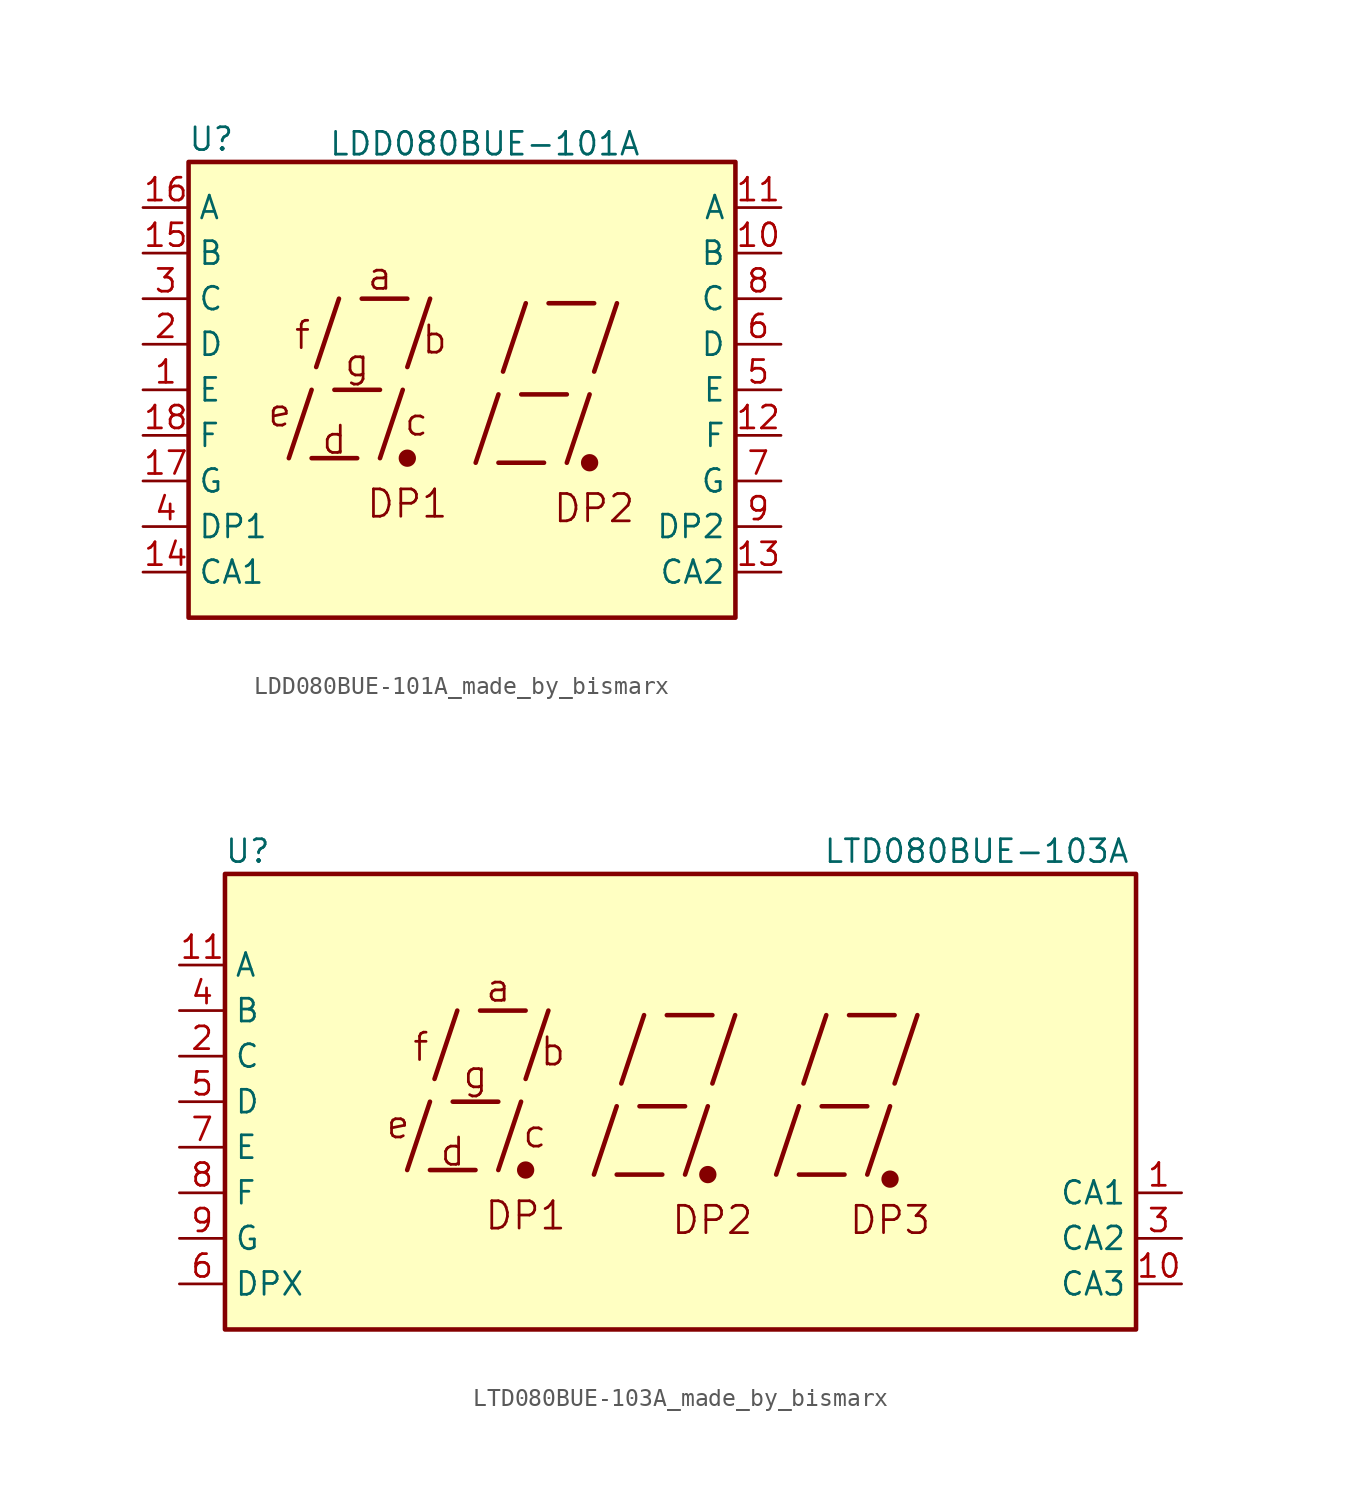
<source format=kicad_sym>
(kicad_symbol_lib
  (version 20231120)
  (generator "kicad_symbol_editor")
  (generator_version "8.0")
  (symbol "LDD080BUE-101A_made_by_bismarx"
    (property "Reference" "U"
      (at -13.97 13.97 0)
      (effects (font (size 1.27 1.27))))
    (property "Value" "LDD080BUE-101A"
      (at 1.27 13.716 0)
      (effects (font (size 1.27 1.27))))
    (symbol "LDD080BUE-101A_made_by_bismarx_0_0"
      (rectangle (start -15.24 12.7) (end 15.24 -12.7) (stroke (width 0.254) (type default)) (fill (type background)))
      (polyline (pts (xy -9.652 -3.81) (xy -8.382 0)) (stroke (width 0.254) (type default)) (fill (type none)))
      (polyline (pts (xy -8.382 -3.81) (xy -5.842 -3.81)) (stroke (width 0.254) (type default)) (fill (type none)))
      (polyline (pts (xy -8.128 1.27) (xy -6.858 5.08)) (stroke (width 0.254) (type default)) (fill (type none)))
      (polyline (pts (xy -7.112 0) (xy -4.572 0)) (stroke (width 0.254) (type default)) (fill (type none)))
      (polyline (pts (xy -5.588 5.08) (xy -3.048 5.08)) (stroke (width 0.254) (type default)) (fill (type none)))
      (polyline (pts (xy -4.572 -3.81) (xy -3.302 0)) (stroke (width 0.254) (type default)) (fill (type none)))
      (polyline (pts (xy -3.048 1.27) (xy -1.778 5.08)) (stroke (width 0.254) (type default)) (fill (type none)))
      (polyline (pts (xy 0.762 -4.064) (xy 2.032 -0.254)) (stroke (width 0.254) (type default)) (fill (type none)))
      (polyline (pts (xy 2.032 -4.064) (xy 4.572 -4.064)) (stroke (width 0.254) (type default)) (fill (type none)))
      (polyline (pts (xy 2.286 1.016) (xy 3.556 4.826)) (stroke (width 0.254) (type default)) (fill (type none)))
      (polyline (pts (xy 3.302 -0.254) (xy 5.842 -0.254)) (stroke (width 0.254) (type default)) (fill (type none)))
      (polyline (pts (xy 4.826 4.826) (xy 7.366 4.826)) (stroke (width 0.254) (type default)) (fill (type none)))
      (polyline (pts (xy 5.842 -4.064) (xy 7.112 -0.254)) (stroke (width 0.254) (type default)) (fill (type none)))
      (polyline (pts (xy 7.366 1.016) (xy 8.636 4.826)) (stroke (width 0.254) (type default)) (fill (type none)))
      (text "a" (at -4.572 6.35 0) (effects (font (size 1.524 1.524))))
      (text "b" (at -1.524 2.794 0) (effects (font (size 1.524 1.524))))
      (text "c" (at -2.54 -1.778 0) (effects (font (size 1.524 1.524))))
      (text "d" (at -7.112 -2.794 0) (effects (font (size 1.524 1.524))))
      (text "DP1" (at -3.048 -6.35 0) (effects (font (size 1.524 1.524))))
      (text "DP2" (at 7.366 -6.604 0) (effects (font (size 1.524 1.524))))
      (text "e" (at -10.16 -1.27 0) (effects (font (size 1.524 1.524))))
      (text "f" (at -8.89 3.048 0) (effects (font (size 1.524 1.524))))
      (text "g" (at -5.842 1.524 0) (effects (font (size 1.524 1.524)))))
    (symbol "LDD080BUE-101A_made_by_bismarx_0_1"
      (circle (center -3.048 -3.81) (radius 0.356) (stroke (width 0.254) (type default)) (fill (type outline)))
      (circle (center 7.112 -4.064) (radius 0.356) (stroke (width 0.254) (type default)) (fill (type outline))))
    (symbol "LDD080BUE-101A_made_by_bismarx_1_1"
      (pin input line (at -17.78 0 0) (length 2.54) (name "E" (effects (font (size 1.27 1.27)))) (number "1" (effects (font (size 1.27 1.27)))))
      (pin input line (at 17.78 7.62 180) (length 2.54) (name "B" (effects (font (size 1.27 1.27)))) (number "10" (effects (font (size 1.27 1.27)))))
      (pin input line (at 17.78 10.16 180) (length 2.54) (name "A" (effects (font (size 1.27 1.27)))) (number "11" (effects (font (size 1.27 1.27)))))
      (pin input line (at 17.78 -2.54 180) (length 2.54) (name "F" (effects (font (size 1.27 1.27)))) (number "12" (effects (font (size 1.27 1.27)))))
      (pin input line (at 17.78 -10.16 180) (length 2.54) (name "CA2" (effects (font (size 1.27 1.27)))) (number "13" (effects (font (size 1.27 1.27)))))
      (pin input line (at -17.78 -10.16 0) (length 2.54) (name "CA1" (effects (font (size 1.27 1.27)))) (number "14" (effects (font (size 1.27 1.27)))))
      (pin input line (at -17.78 7.62 0) (length 2.54) (name "B" (effects (font (size 1.27 1.27)))) (number "15" (effects (font (size 1.27 1.27)))))
      (pin input line (at -17.78 10.16 0) (length 2.54) (name "A" (effects (font (size 1.27 1.27)))) (number "16" (effects (font (size 1.27 1.27)))))
      (pin input line (at -17.78 -5.08 0) (length 2.54) (name "G" (effects (font (size 1.27 1.27)))) (number "17" (effects (font (size 1.27 1.27)))))
      (pin input line (at -17.78 -2.54 0) (length 2.54) (name "F" (effects (font (size 1.27 1.27)))) (number "18" (effects (font (size 1.27 1.27)))))
      (pin input line (at -17.78 2.54 0) (length 2.54) (name "D" (effects (font (size 1.27 1.27)))) (number "2" (effects (font (size 1.27 1.27)))))
      (pin input line (at -17.78 5.08 0) (length 2.54) (name "C" (effects (font (size 1.27 1.27)))) (number "3" (effects (font (size 1.27 1.27)))))
      (pin input line (at -17.78 -7.62 0) (length 2.54) (name "DP1" (effects (font (size 1.27 1.27)))) (number "4" (effects (font (size 1.27 1.27)))))
      (pin input line (at 17.78 0 180) (length 2.54) (name "E" (effects (font (size 1.27 1.27)))) (number "5" (effects (font (size 1.27 1.27)))))
      (pin input line (at 17.78 2.54 180) (length 2.54) (name "D" (effects (font (size 1.27 1.27)))) (number "6" (effects (font (size 1.27 1.27)))))
      (pin input line (at 17.78 -5.08 180) (length 2.54) (name "G" (effects (font (size 1.27 1.27)))) (number "7" (effects (font (size 1.27 1.27)))))
      (pin input line (at 17.78 5.08 180) (length 2.54) (name "C" (effects (font (size 1.27 1.27)))) (number "8" (effects (font (size 1.27 1.27)))))
      (pin input line (at 17.78 -7.62 180) (length 2.54) (name "DP2" (effects (font (size 1.27 1.27)))) (number "9" (effects (font (size 1.27 1.27)))))))
  (symbol "LTD080BUE-103A_made_by_bismarx"
    (property "Reference" "U"
      (at -24.13 13.97 0)
      (effects (font (size 1.27 1.27))))
    (property "Value" "LTD080BUE-103A"
      (at 16.51 13.97 0)
      (effects (font (size 1.27 1.27))))
    (symbol "LTD080BUE-103A_made_by_bismarx_0_0"
      (rectangle (start -25.4 12.7) (end 25.4 -12.7) (stroke (width 0.254) (type default)) (fill (type background)))
      (polyline (pts (xy -15.24 -3.81) (xy -13.97 0)) (stroke (width 0.254) (type default)) (fill (type none)))
      (polyline (pts (xy -13.97 -3.81) (xy -11.43 -3.81)) (stroke (width 0.254) (type default)) (fill (type none)))
      (polyline (pts (xy -13.716 1.27) (xy -12.446 5.08)) (stroke (width 0.254) (type default)) (fill (type none)))
      (polyline (pts (xy -12.7 0) (xy -10.16 0)) (stroke (width 0.254) (type default)) (fill (type none)))
      (polyline (pts (xy -11.176 5.08) (xy -8.636 5.08)) (stroke (width 0.254) (type default)) (fill (type none)))
      (polyline (pts (xy -10.16 -3.81) (xy -8.89 0)) (stroke (width 0.254) (type default)) (fill (type none)))
      (polyline (pts (xy -8.636 1.27) (xy -7.366 5.08)) (stroke (width 0.254) (type default)) (fill (type none)))
      (polyline (pts (xy -4.826 -4.064) (xy -3.556 -0.254)) (stroke (width 0.254) (type default)) (fill (type none)))
      (polyline (pts (xy -3.556 -4.064) (xy -1.016 -4.064)) (stroke (width 0.254) (type default)) (fill (type none)))
      (polyline (pts (xy -3.302 1.016) (xy -2.032 4.826)) (stroke (width 0.254) (type default)) (fill (type none)))
      (polyline (pts (xy -2.286 -0.254) (xy 0.254 -0.254)) (stroke (width 0.254) (type default)) (fill (type none)))
      (polyline (pts (xy -0.762 4.826) (xy 1.778 4.826)) (stroke (width 0.254) (type default)) (fill (type none)))
      (polyline (pts (xy 0.254 -4.064) (xy 1.524 -0.254)) (stroke (width 0.254) (type default)) (fill (type none)))
      (polyline (pts (xy 1.778 1.016) (xy 3.048 4.826)) (stroke (width 0.254) (type default)) (fill (type none)))
      (polyline (pts (xy 5.334 -4.064) (xy 6.604 -0.254)) (stroke (width 0.254) (type default)) (fill (type none)))
      (polyline (pts (xy 6.604 -4.064) (xy 9.144 -4.064)) (stroke (width 0.254) (type default)) (fill (type none)))
      (polyline (pts (xy 6.858 1.016) (xy 8.128 4.826)) (stroke (width 0.254) (type default)) (fill (type none)))
      (polyline (pts (xy 7.874 -0.254) (xy 10.414 -0.254)) (stroke (width 0.254) (type default)) (fill (type none)))
      (polyline (pts (xy 9.398 4.826) (xy 11.938 4.826)) (stroke (width 0.254) (type default)) (fill (type none)))
      (polyline (pts (xy 10.414 -4.064) (xy 11.684 -0.254)) (stroke (width 0.254) (type default)) (fill (type none)))
      (polyline (pts (xy 11.938 1.016) (xy 13.208 4.826)) (stroke (width 0.254) (type default)) (fill (type none)))
      (text "a" (at -10.16 6.35 0) (effects (font (size 1.524 1.524))))
      (text "b" (at -7.112 2.794 0) (effects (font (size 1.524 1.524))))
      (text "c" (at -8.128 -1.778 0) (effects (font (size 1.524 1.524))))
      (text "d" (at -12.7 -2.794 0) (effects (font (size 1.524 1.524))))
      (text "DP1" (at -8.636 -6.35 0) (effects (font (size 1.524 1.524))))
      (text "DP2" (at 1.778 -6.604 0) (effects (font (size 1.524 1.524))))
      (text "DP3" (at 11.684 -6.604 0) (effects (font (size 1.524 1.524))))
      (text "e" (at -15.748 -1.27 0) (effects (font (size 1.524 1.524))))
      (text "f" (at -14.478 3.048 0) (effects (font (size 1.524 1.524))))
      (text "g" (at -11.43 1.524 0) (effects (font (size 1.524 1.524)))))
    (symbol "LTD080BUE-103A_made_by_bismarx_0_1"
      (circle (center -8.636 -3.81) (radius 0.356) (stroke (width 0.254) (type default)) (fill (type outline)))
      (circle (center 1.524 -4.064) (radius 0.356) (stroke (width 0.254) (type default)) (fill (type outline))))
    (symbol "LTD080BUE-103A_made_by_bismarx_1_0"
      (circle (center 11.684 -4.318) (radius 0.356) (stroke (width 0.254) (type default)) (fill (type outline))))
    (symbol "LTD080BUE-103A_made_by_bismarx_1_1"
      (pin input line (at 27.94 -5.08 180) (length 2.54) (name "CA1" (effects (font (size 1.27 1.27)))) (number "1" (effects (font (size 1.27 1.27)))))
      (pin input line (at 27.94 -10.16 180) (length 2.54) (name "CA3" (effects (font (size 1.27 1.27)))) (number "10" (effects (font (size 1.27 1.27)))))
      (pin input line (at -27.94 7.62 0) (length 2.54) (name "A" (effects (font (size 1.27 1.27)))) (number "11" (effects (font (size 1.27 1.27)))))
      (pin input line (at -27.94 2.54 0) (length 2.54) (name "C" (effects (font (size 1.27 1.27)))) (number "2" (effects (font (size 1.27 1.27)))))
      (pin input line (at 27.94 -7.62 180) (length 2.54) (name "CA2" (effects (font (size 1.27 1.27)))) (number "3" (effects (font (size 1.27 1.27)))))
      (pin input line (at -27.94 5.08 0) (length 2.54) (name "B" (effects (font (size 1.27 1.27)))) (number "4" (effects (font (size 1.27 1.27)))))
      (pin input line (at -27.94 0 0) (length 2.54) (name "D" (effects (font (size 1.27 1.27)))) (number "5" (effects (font (size 1.27 1.27)))))
      (pin input line (at -27.94 -10.16 0) (length 2.54) (name "DPX" (effects (font (size 1.27 1.27)))) (number "6" (effects (font (size 1.27 1.27)))))
      (pin input line (at -27.94 -2.54 0) (length 2.54) (name "E" (effects (font (size 1.27 1.27)))) (number "7" (effects (font (size 1.27 1.27)))))
      (pin input line (at -27.94 -5.08 0) (length 2.54) (name "F" (effects (font (size 1.27 1.27)))) (number "8" (effects (font (size 1.27 1.27)))))
      (pin input line (at -27.94 -7.62 0) (length 2.54) (name "G" (effects (font (size 1.27 1.27)))) (number "9" (effects (font (size 1.27 1.27))))))))
</source>
